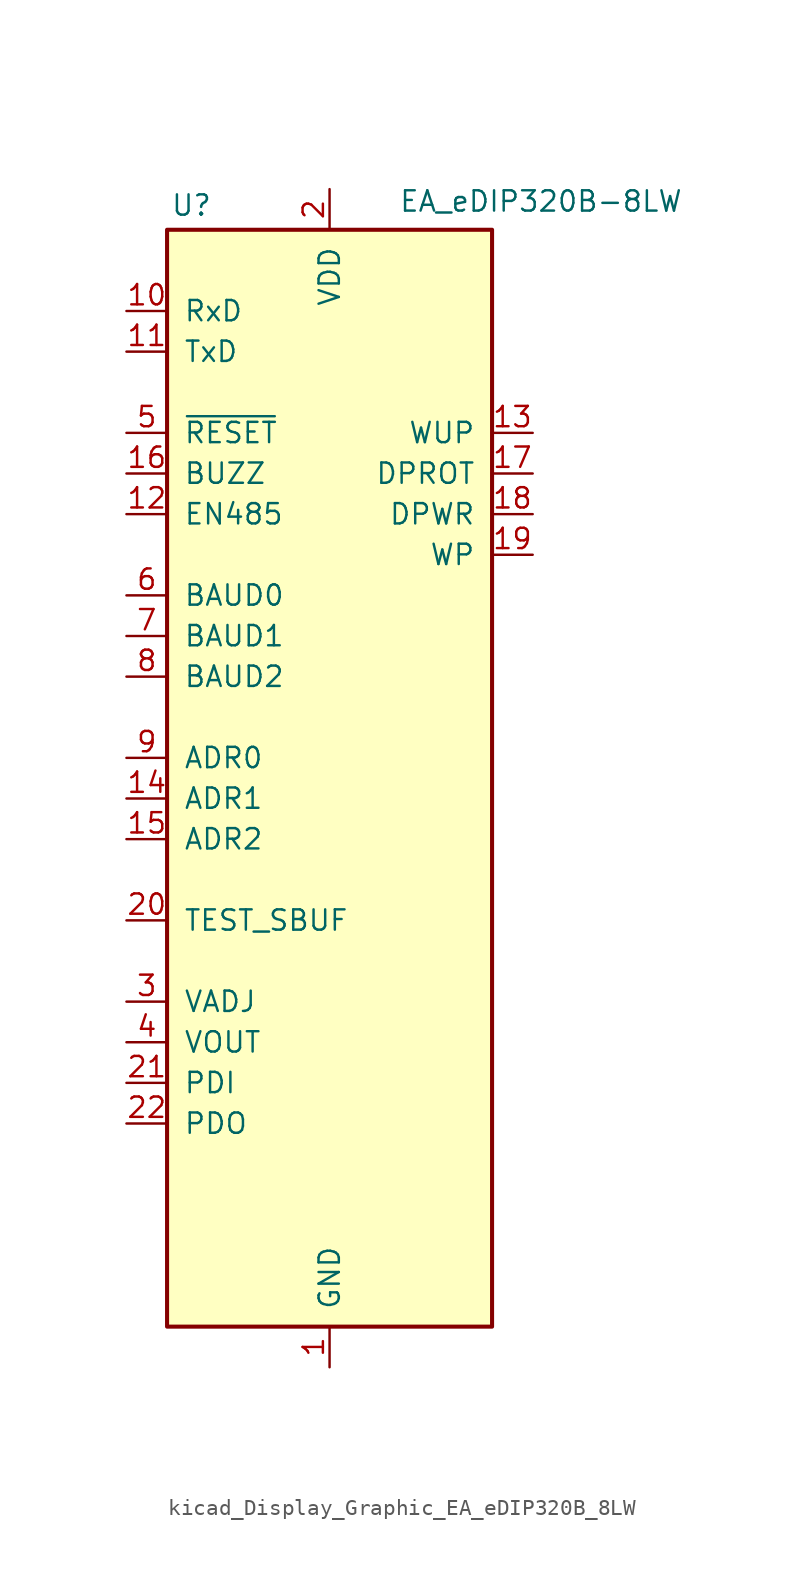
<source format=kicad_sym>
(kicad_symbol_lib
  (version 20220914)
  (generator kicad_symbol_editor)
  (symbol "kicad_Display_Graphic_EA_eDIP320B_8LW"
    (pin_names
      (offset 1.016))
    (property "Reference" "U"
      (at -8.636 29.464 0)
      (effects (font (size 1.27 1.27))))
    (property "Value" "EA_eDIP320B-8LW"
      (at 4.318 29.718 0)
      (effects (font (size 1.27 1.27)) (justify left)))
    (symbol "kicad_Display_Graphic_EA_eDIP320B_8LW_0_1"
      (rectangle (start -10.16 27.94) (end 10.16 -40.64) (stroke (width 0.254) (type default)) (fill (type background))))
    (symbol "kicad_Display_Graphic_EA_eDIP320B_8LW_1_1"
      (pin power_in line (at 0 -43.18 90) (length 2.54) (name "GND" (effects (font (size 1.27 1.27)))) (number "1" (effects (font (size 1.27 1.27)))))
      (pin input line (at -12.7 22.86 0) (length 2.54) (name "RxD" (effects (font (size 1.27 1.27)))) (number "10" (effects (font (size 1.27 1.27)))))
      (pin output line (at -12.7 20.32 0) (length 2.54) (name "TxD" (effects (font (size 1.27 1.27)))) (number "11" (effects (font (size 1.27 1.27)))))
      (pin output line (at -12.7 10.16 0) (length 2.54) (name "EN485" (effects (font (size 1.27 1.27)))) (number "12" (effects (font (size 1.27 1.27)))))
      (pin input line (at 12.7 15.24 180) (length 2.54) (name "WUP" (effects (font (size 1.27 1.27)))) (number "13" (effects (font (size 1.27 1.27)))))
      (pin input line (at -12.7 -7.62 0) (length 2.54) (name "ADR1" (effects (font (size 1.27 1.27)))) (number "14" (effects (font (size 1.27 1.27)))))
      (pin input line (at -12.7 -10.16 0) (length 2.54) (name "ADR2" (effects (font (size 1.27 1.27)))) (number "15" (effects (font (size 1.27 1.27)))))
      (pin output line (at -12.7 12.7 0) (length 2.54) (name "BUZZ" (effects (font (size 1.27 1.27)))) (number "16" (effects (font (size 1.27 1.27)))))
      (pin input line (at 12.7 12.7 180) (length 2.54) (name "DPROT" (effects (font (size 1.27 1.27)))) (number "17" (effects (font (size 1.27 1.27)))))
      (pin output line (at 12.7 10.16 180) (length 2.54) (name "DPWR" (effects (font (size 1.27 1.27)))) (number "18" (effects (font (size 1.27 1.27)))))
      (pin input line (at 12.7 7.62 180) (length 2.54) (name "WP" (effects (font (size 1.27 1.27)))) (number "19" (effects (font (size 1.27 1.27)))))
      (pin power_in line (at 0 30.48 270) (length 2.54) (name "VDD" (effects (font (size 1.27 1.27)))) (number "2" (effects (font (size 1.27 1.27)))))
      (pin open_collector line (at -12.7 -15.24 0) (length 2.54) (name "TEST_SBUF" (effects (font (size 1.27 1.27)))) (number "20" (effects (font (size 1.27 1.27)))))
      (pin input line (at -12.7 -25.4 0) (length 2.54) (name "PDI" (effects (font (size 1.27 1.27)))) (number "21" (effects (font (size 1.27 1.27)))))
      (pin output line (at -12.7 -27.94 0) (length 2.54) (name "PDO" (effects (font (size 1.27 1.27)))) (number "22" (effects (font (size 1.27 1.27)))))
      (pin no_connect line (at -10.16 -30.48 0) (length 2.54) hide (name "NC" (effects (font (size 1.27 1.27)))) (number "23" (effects (font (size 1.27 1.27)))))
      (pin no_connect line (at -10.16 -33.02 0) (length 2.54) hide (name "NC" (effects (font (size 1.27 1.27)))) (number "24" (effects (font (size 1.27 1.27)))))
      (pin no_connect line (at -10.16 -35.56 0) (length 2.54) hide (name "NC" (effects (font (size 1.27 1.27)))) (number "25" (effects (font (size 1.27 1.27)))))
      (pin no_connect line (at -10.16 -38.1 0) (length 2.54) hide (name "NC" (effects (font (size 1.27 1.27)))) (number "26" (effects (font (size 1.27 1.27)))))
      (pin no_connect line (at 10.16 25.4 180) (length 2.54) hide (name "NC" (effects (font (size 1.27 1.27)))) (number "27" (effects (font (size 1.27 1.27)))))
      (pin no_connect line (at 10.16 22.86 180) (length 2.54) hide (name "NC" (effects (font (size 1.27 1.27)))) (number "28" (effects (font (size 1.27 1.27)))))
      (pin no_connect line (at 10.16 20.32 180) (length 2.54) hide (name "NC" (effects (font (size 1.27 1.27)))) (number "29" (effects (font (size 1.27 1.27)))))
      (pin input line (at -12.7 -20.32 0) (length 2.54) (name "VADJ" (effects (font (size 1.27 1.27)))) (number "3" (effects (font (size 1.27 1.27)))))
      (pin no_connect line (at 10.16 17.78 180) (length 2.54) hide (name "NC" (effects (font (size 1.27 1.27)))) (number "30" (effects (font (size 1.27 1.27)))))
      (pin no_connect line (at 10.16 5.08 180) (length 2.54) hide (name "NC" (effects (font (size 1.27 1.27)))) (number "31" (effects (font (size 1.27 1.27)))))
      (pin no_connect line (at 10.16 2.54 180) (length 2.54) hide (name "NC" (effects (font (size 1.27 1.27)))) (number "32" (effects (font (size 1.27 1.27)))))
      (pin no_connect line (at 10.16 0 180) (length 2.54) hide (name "NC" (effects (font (size 1.27 1.27)))) (number "33" (effects (font (size 1.27 1.27)))))
      (pin no_connect line (at 10.16 -2.54 180) (length 2.54) hide (name "NC" (effects (font (size 1.27 1.27)))) (number "34" (effects (font (size 1.27 1.27)))))
      (pin no_connect line (at 10.16 -5.08 180) (length 2.54) hide (name "NC" (effects (font (size 1.27 1.27)))) (number "35" (effects (font (size 1.27 1.27)))))
      (pin no_connect line (at 10.16 -7.62 180) (length 2.54) hide (name "NC" (effects (font (size 1.27 1.27)))) (number "36" (effects (font (size 1.27 1.27)))))
      (pin no_connect line (at 10.16 -10.16 180) (length 2.54) hide (name "NC" (effects (font (size 1.27 1.27)))) (number "37" (effects (font (size 1.27 1.27)))))
      (pin no_connect line (at 10.16 -12.7 180) (length 2.54) hide (name "NC" (effects (font (size 1.27 1.27)))) (number "38" (effects (font (size 1.27 1.27)))))
      (pin no_connect line (at 10.16 -15.24 180) (length 2.54) hide (name "NC" (effects (font (size 1.27 1.27)))) (number "39" (effects (font (size 1.27 1.27)))))
      (pin output line (at -12.7 -22.86 0) (length 2.54) (name "VOUT" (effects (font (size 1.27 1.27)))) (number "4" (effects (font (size 1.27 1.27)))))
      (pin no_connect line (at 10.16 -17.78 180) (length 2.54) hide (name "NC" (effects (font (size 1.27 1.27)))) (number "40" (effects (font (size 1.27 1.27)))))
      (pin no_connect line (at 10.16 -20.32 180) (length 2.54) hide (name "NC" (effects (font (size 1.27 1.27)))) (number "41" (effects (font (size 1.27 1.27)))))
      (pin no_connect line (at 10.16 -22.86 180) (length 2.54) hide (name "NC" (effects (font (size 1.27 1.27)))) (number "42" (effects (font (size 1.27 1.27)))))
      (pin no_connect line (at 10.16 -25.4 180) (length 2.54) hide (name "NC" (effects (font (size 1.27 1.27)))) (number "43" (effects (font (size 1.27 1.27)))))
      (pin no_connect line (at 10.16 -27.94 180) (length 2.54) hide (name "NC" (effects (font (size 1.27 1.27)))) (number "44" (effects (font (size 1.27 1.27)))))
      (pin no_connect line (at 10.16 -30.48 180) (length 2.54) hide (name "NC" (effects (font (size 1.27 1.27)))) (number "45" (effects (font (size 1.27 1.27)))))
      (pin no_connect line (at 10.16 -33.02 180) (length 2.54) hide (name "NC" (effects (font (size 1.27 1.27)))) (number "46" (effects (font (size 1.27 1.27)))))
      (pin no_connect line (at 10.16 -35.56 180) (length 2.54) hide (name "NC" (effects (font (size 1.27 1.27)))) (number "47" (effects (font (size 1.27 1.27)))))
      (pin input line (at -12.7 15.24 0) (length 2.54) (name "~{RESET}" (effects (font (size 1.27 1.27)))) (number "5" (effects (font (size 1.27 1.27)))))
      (pin input line (at -12.7 5.08 0) (length 2.54) (name "BAUD0" (effects (font (size 1.27 1.27)))) (number "6" (effects (font (size 1.27 1.27)))))
      (pin input line (at -12.7 2.54 0) (length 2.54) (name "BAUD1" (effects (font (size 1.27 1.27)))) (number "7" (effects (font (size 1.27 1.27)))))
      (pin no_connect line (at 10.16 -38.1 180) (length 2.54) hide (name "NC" (effects (font (size 1.27 1.27)))) (number "78" (effects (font (size 1.27 1.27)))))
      (pin input line (at -12.7 0 0) (length 2.54) (name "BAUD2" (effects (font (size 1.27 1.27)))) (number "8" (effects (font (size 1.27 1.27)))))
      (pin input line (at -12.7 -5.08 0) (length 2.54) (name "ADR0" (effects (font (size 1.27 1.27)))) (number "9" (effects (font (size 1.27 1.27))))))))
</source>
